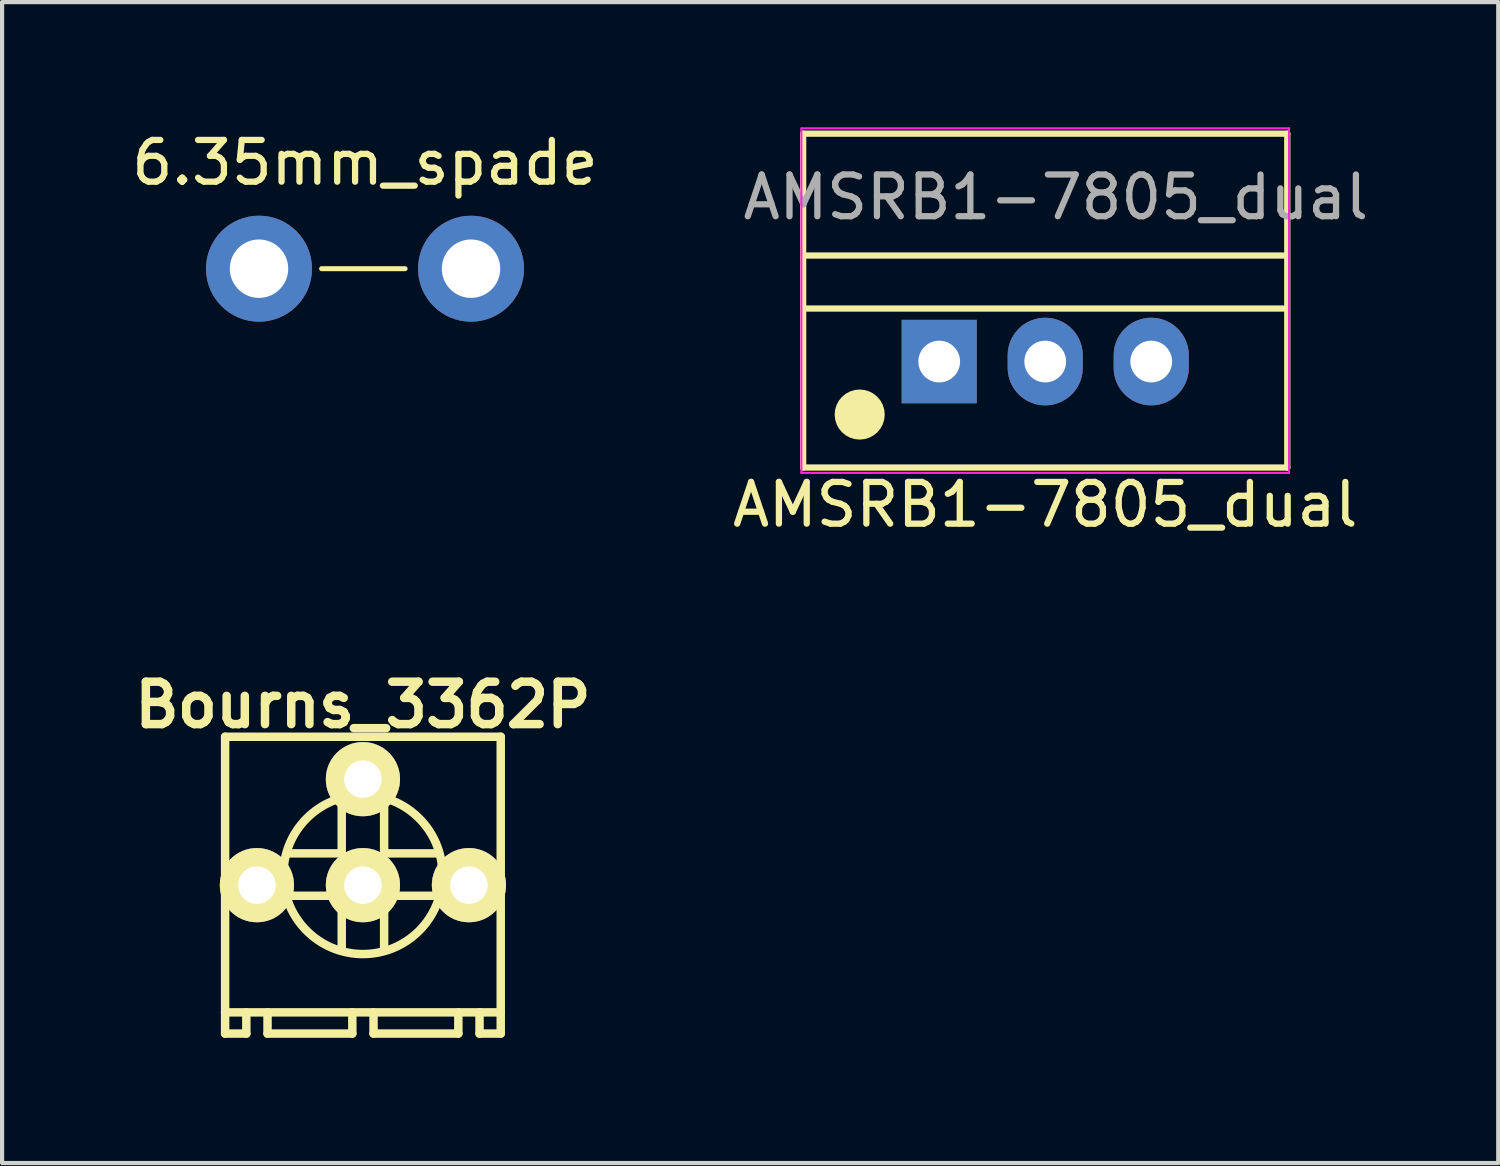
<source format=kicad_pcb>
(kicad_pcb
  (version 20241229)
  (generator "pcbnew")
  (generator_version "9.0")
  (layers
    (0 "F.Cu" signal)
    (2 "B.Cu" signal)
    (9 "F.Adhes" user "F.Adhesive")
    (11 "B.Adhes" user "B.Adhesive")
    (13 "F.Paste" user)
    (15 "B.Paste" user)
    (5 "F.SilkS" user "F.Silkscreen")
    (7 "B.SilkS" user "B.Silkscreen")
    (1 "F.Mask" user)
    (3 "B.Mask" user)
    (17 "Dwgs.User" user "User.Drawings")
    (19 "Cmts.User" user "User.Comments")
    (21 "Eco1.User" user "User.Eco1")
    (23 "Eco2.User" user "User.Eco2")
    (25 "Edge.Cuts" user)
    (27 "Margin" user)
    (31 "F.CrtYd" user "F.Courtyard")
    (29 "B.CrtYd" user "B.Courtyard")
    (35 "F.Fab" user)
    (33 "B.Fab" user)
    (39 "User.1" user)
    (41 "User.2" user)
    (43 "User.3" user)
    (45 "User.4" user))
  (footprint "6.35mm_spade"
    (layer "F.Cu")
    (at 3.156 3.388)
    (property "Reference" "6.35mm_spade" (at 2.54 -2.54 0) (layer "F.SilkS") (effects (font (size 1 1) (thickness 0.15))))
    (attr through_hole)
    (fp_line (start 1.5 0) (end 3.5 0) (stroke (width 0.12) (type solid)) (layer "F.SilkS"))
    (pad "1" thru_hole circle (at 0 0) (size 2.54 2.54) (drill 1.4) (layers "*.Cu" "*.Mask"))
    (pad "1" thru_hole circle (at 5.08 0) (size 2.54 2.54) (drill 1.4) (layers "*.Cu" "*.Mask")))
  (footprint "AMSRB1-7805_dual"
    (layer "F.Cu")
    (at 19.454 5.613)
    (property "Reference" "AMSRB1-7805_dual" (at 2.54 3.429 0) (layer "F.SilkS") (effects (font (size 1 1) (thickness 0.15))))
    (attr through_hole)
    (fp_line (start -3.26 -5.46) (end -3.26 2.54) (stroke (width 0.15) (type solid)) (layer "F.SilkS"))
    (fp_line (start -3.26 2.54) (end 8.34 2.54) (stroke (width 0.15) (type solid)) (layer "F.SilkS"))
    (fp_line (start -3.175 -1.27) (end 8.255 -1.27) (stroke (width 0.15) (type solid)) (layer "F.SilkS"))
    (fp_line (start 8.255 -2.54) (end -3.175 -2.54) (stroke (width 0.15) (type solid)) (layer "F.SilkS"))
    (fp_line (start 8.34 -5.46) (end -3.26 -5.46) (stroke (width 0.15) (type solid)) (layer "F.SilkS"))
    (fp_line (start 8.34 2.54) (end 8.34 -5.46) (stroke (width 0.15) (type solid)) (layer "F.SilkS"))
    (fp_circle (center -1.905 1.27) (end -1.605 1.27) (stroke (width 0.6) (type solid)) (fill no) (layer "F.SilkS"))
    (fp_line (start -3.302 -5.588) (end -3.302 2.667) (stroke (width 0.05) (type solid)) (layer "F.CrtYd"))
    (fp_line (start -3.302 2.667) (end 8.382 2.667) (stroke (width 0.05) (type solid)) (layer "F.CrtYd"))
    (fp_line (start 8.382 -5.588) (end -3.302 -5.588) (stroke (width 0.05) (type solid)) (layer "F.CrtYd"))
    (fp_line (start 8.382 2.667) (end 8.382 -5.588) (stroke (width 0.05) (type solid)) (layer "F.CrtYd"))
    (fp_text user "${REFERENCE}" (at 2.794 -3.937 0) (layer "F.Fab") (effects (font (size 1 1) (thickness 0.15))))
    (pad "1" thru_hole rect (at 0 0) (size 1.8 2) (drill 1) (layers "*.Cu" "*.Mask"))
    (pad "2" thru_hole oval (at 2.54 0) (size 1.8 2.1) (drill 1) (layers "*.Cu" "*.Mask"))
    (pad "3" thru_hole oval (at 5.08 0) (size 1.8 2.1) (drill 1) (layers "*.Cu" "*.Mask")))
  (footprint "Bourns_3362P"
    (layer "F.Cu")
    (at 5.646 18.159)
    (property "Reference" "Bourns_3362P" (at 0 -4.318 0) (layer "F.SilkS") (effects (font (size 1.016 1.016) (thickness 0.203))))
    (attr through_hole)
    (fp_line (start -3.302 -3.556) (end 3.302 -3.556) (stroke (width 0.203) (type solid)) (layer "F.SilkS"))
    (fp_line (start -3.302 3.048) (end -3.302 -3.556) (stroke (width 0.203) (type solid)) (layer "F.SilkS"))
    (fp_line (start -3.302 3.556) (end -3.302 3.048) (stroke (width 0.203) (type solid)) (layer "F.SilkS"))
    (fp_line (start -2.794 3.048) (end -2.794 3.556) (stroke (width 0.203) (type solid)) (layer "F.SilkS"))
    (fp_line (start -2.794 3.556) (end -3.302 3.556) (stroke (width 0.203) (type solid)) (layer "F.SilkS"))
    (fp_line (start -2.286 3.556) (end -2.286 3.048) (stroke (width 0.203) (type solid)) (layer "F.SilkS"))
    (fp_line (start -1.778 -0.762) (end -0.508 -0.762) (stroke (width 0.203) (type solid)) (layer "F.SilkS"))
    (fp_line (start -0.508 -0.762) (end -0.508 -2.032) (stroke (width 0.203) (type solid)) (layer "F.SilkS"))
    (fp_line (start -0.508 0.254) (end -1.778 0.254) (stroke (width 0.203) (type solid)) (layer "F.SilkS"))
    (fp_line (start -0.508 1.524) (end -0.508 0.254) (stroke (width 0.203) (type solid)) (layer "F.SilkS"))
    (fp_line (start -0.254 3.048) (end -0.254 3.556) (stroke (width 0.203) (type solid)) (layer "F.SilkS"))
    (fp_line (start -0.254 3.556) (end -2.286 3.556) (stroke (width 0.203) (type solid)) (layer "F.SilkS"))
    (fp_line (start 0.254 3.556) (end 0.254 3.048) (stroke (width 0.203) (type solid)) (layer "F.SilkS"))
    (fp_line (start 0.508 -2.032) (end 0.508 -0.762) (stroke (width 0.203) (type solid)) (layer "F.SilkS"))
    (fp_line (start 0.508 -0.762) (end 1.778 -0.762) (stroke (width 0.203) (type solid)) (layer "F.SilkS"))
    (fp_line (start 0.508 0.254) (end 0.508 1.524) (stroke (width 0.203) (type solid)) (layer "F.SilkS"))
    (fp_line (start 1.778 0.254) (end 0.508 0.254) (stroke (width 0.203) (type solid)) (layer "F.SilkS"))
    (fp_line (start 2.286 3.048) (end 2.286 3.556) (stroke (width 0.203) (type solid)) (layer "F.SilkS"))
    (fp_line (start 2.286 3.556) (end 0.254 3.556) (stroke (width 0.203) (type solid)) (layer "F.SilkS"))
    (fp_line (start 2.794 3.556) (end 2.794 3.048) (stroke (width 0.203) (type solid)) (layer "F.SilkS"))
    (fp_line (start 3.302 -3.556) (end 3.302 3.048) (stroke (width 0.203) (type solid)) (layer "F.SilkS"))
    (fp_line (start 3.302 3.048) (end -3.302 3.048) (stroke (width 0.203) (type solid)) (layer "F.SilkS"))
    (fp_line (start 3.302 3.048) (end 3.302 3.556) (stroke (width 0.203) (type solid)) (layer "F.SilkS"))
    (fp_line (start 3.302 3.556) (end 2.794 3.556) (stroke (width 0.203) (type solid)) (layer "F.SilkS"))
    (fp_circle (center 0 -0.254) (end 1.905 -0.254) (stroke (width 0.203) (type solid)) (fill no) (layer "F.SilkS"))
    (pad "1" thru_hole circle (at -2.54 0) (size 1.778 1.778) (drill 0.899) (layers "*.Cu" "*.Mask" "F.SilkS"))
    (pad "2" thru_hole circle (at 0 -2.54) (size 1.778 1.778) (drill 0.899) (layers "*.Cu" "*.Mask" "F.SilkS"))
    (pad "2" thru_hole circle (at 0 0) (size 1.778 1.778) (drill 0.899) (layers "*.Cu" "*.Mask" "F.SilkS"))
    (pad "3" thru_hole circle (at 2.54 0) (size 1.778 1.778) (drill 0.899) (layers "*.Cu" "*.Mask" "F.SilkS")))
  (gr_rect
    (start -3 -3)
    (end 32.849 24.817)
    (stroke (width 0.1) (type default))
    (fill no)
    (layer "Edge.Cuts")))
</source>
